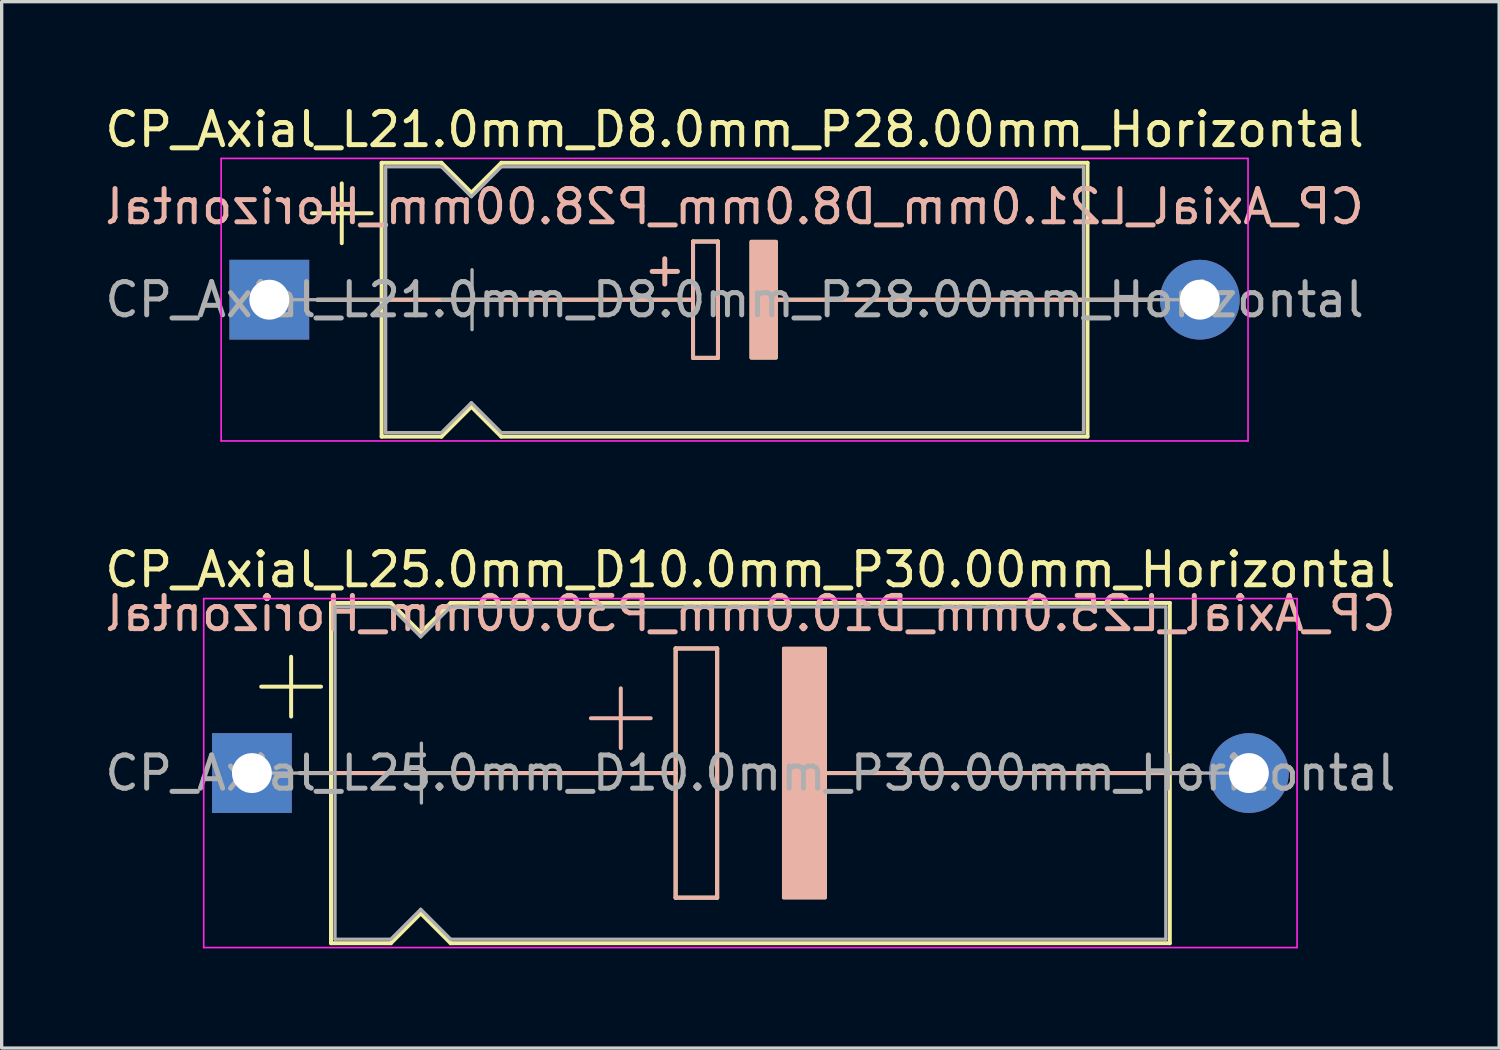
<source format=kicad_pcb>
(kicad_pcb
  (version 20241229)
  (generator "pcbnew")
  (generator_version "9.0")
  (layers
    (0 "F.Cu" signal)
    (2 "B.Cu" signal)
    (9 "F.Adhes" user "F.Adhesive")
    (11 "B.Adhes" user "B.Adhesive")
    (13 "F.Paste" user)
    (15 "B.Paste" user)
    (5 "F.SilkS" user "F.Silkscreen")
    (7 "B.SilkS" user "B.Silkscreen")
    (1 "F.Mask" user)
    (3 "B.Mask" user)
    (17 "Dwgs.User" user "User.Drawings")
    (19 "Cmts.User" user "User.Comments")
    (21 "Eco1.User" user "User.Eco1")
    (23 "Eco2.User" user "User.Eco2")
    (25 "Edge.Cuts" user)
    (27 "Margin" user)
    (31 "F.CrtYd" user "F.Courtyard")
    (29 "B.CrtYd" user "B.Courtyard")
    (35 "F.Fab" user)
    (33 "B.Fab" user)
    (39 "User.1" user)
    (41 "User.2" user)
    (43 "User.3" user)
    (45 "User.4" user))
  (footprint "CP_Axial_L25.0mm_D10.0mm_P30.00mm_Horizontal"
    (layer "F.Cu")
    (at 4.53 20.212)
    (property "Reference" "CP_Axial_L25.0mm_D10.0mm_P30.00mm_Horizontal" (at 15 -6.12 0) (layer "F.SilkS") (effects (font (size 1 1) (thickness 0.15))))
    (fp_line (start 0.28 -2.6) (end 2.08 -2.6) (stroke (width 0.12) (type solid)) (layer "F.SilkS"))
    (fp_line (start 1.18 -3.5) (end 1.18 -1.7) (stroke (width 0.12) (type solid)) (layer "F.SilkS"))
    (fp_line (start 1.44 0) (end 2.38 0) (stroke (width 0.12) (type solid)) (layer "F.SilkS"))
    (fp_line (start 2.38 -5.12) (end 2.38 5.12) (stroke (width 0.12) (type solid)) (layer "F.SilkS"))
    (fp_line (start 2.38 -5.12) (end 4.18 -5.12) (stroke (width 0.12) (type solid)) (layer "F.SilkS"))
    (fp_line (start 2.38 0) (end 12.75 0) (stroke (width 0.12) (type solid)) (layer "F.SilkS"))
    (fp_line (start 2.38 5.12) (end 4.18 5.12) (stroke (width 0.12) (type solid)) (layer "F.SilkS"))
    (fp_line (start 4.18 -5.12) (end 5.08 -4.22) (stroke (width 0.12) (type solid)) (layer "F.SilkS"))
    (fp_line (start 4.18 5.12) (end 5.08 4.22) (stroke (width 0.12) (type solid)) (layer "F.SilkS"))
    (fp_line (start 5.08 -4.22) (end 5.98 -5.12) (stroke (width 0.12) (type solid)) (layer "F.SilkS"))
    (fp_line (start 5.08 4.22) (end 5.98 5.12) (stroke (width 0.12) (type solid)) (layer "F.SilkS"))
    (fp_line (start 5.98 -5.12) (end 27.62 -5.12) (stroke (width 0.12) (type solid)) (layer "F.SilkS"))
    (fp_line (start 5.98 5.12) (end 27.62 5.12) (stroke (width 0.12) (type solid)) (layer "F.SilkS"))
    (fp_line (start 12.75 -3.75) (end 14 -3.75) (stroke (width 0.12) (type solid)) (layer "F.SilkS"))
    (fp_line (start 12.75 0) (end 12.75 -3.75) (stroke (width 0.12) (type solid)) (layer "F.SilkS"))
    (fp_line (start 12.75 3.75) (end 12.75 0) (stroke (width 0.12) (type solid)) (layer "F.SilkS"))
    (fp_line (start 14 -3.75) (end 14 3.75) (stroke (width 0.12) (type solid)) (layer "F.SilkS"))
    (fp_line (start 14 3.75) (end 12.75 3.75) (stroke (width 0.12) (type solid)) (layer "F.SilkS"))
    (fp_line (start 17.25 0) (end 27.62 0) (stroke (width 0.12) (type solid)) (layer "F.SilkS"))
    (fp_line (start 27.62 -5.12) (end 27.62 5.12) (stroke (width 0.12) (type solid)) (layer "F.SilkS"))
    (fp_line (start 28.56 0) (end 27.62 0) (stroke (width 0.12) (type solid)) (layer "F.SilkS"))
    (fp_poly (pts (xy 17.25 3.75) (xy 16 3.75) (xy 16 -3.75) (xy 17.25 -3.75)) (stroke (width 0.1) (type solid)) (fill yes) (layer "F.SilkS"))
    (fp_line (start 1.45 0) (end 5.88 0) (stroke (width 0.12) (type solid)) (layer "B.SilkS"))
    (fp_line (start 5.88 0) (end 12.75 0) (stroke (width 0.12) (type solid)) (layer "B.SilkS"))
    (fp_line (start 11.1 -2.55) (end 11.1 -0.75) (stroke (width 0.12) (type solid)) (layer "B.SilkS"))
    (fp_line (start 12 -1.65) (end 10.2 -1.65) (stroke (width 0.12) (type solid)) (layer "B.SilkS"))
    (fp_line (start 12.75 -3.75) (end 14 -3.75) (stroke (width 0.12) (type solid)) (layer "B.SilkS"))
    (fp_line (start 12.75 0) (end 12.75 -3.75) (stroke (width 0.12) (type solid)) (layer "B.SilkS"))
    (fp_line (start 12.75 3.75) (end 12.75 0) (stroke (width 0.12) (type solid)) (layer "B.SilkS"))
    (fp_line (start 14 -3.75) (end 14 3.75) (stroke (width 0.12) (type solid)) (layer "B.SilkS"))
    (fp_line (start 14 3.75) (end 12.75 3.75) (stroke (width 0.12) (type solid)) (layer "B.SilkS"))
    (fp_line (start 17.25 0) (end 24.12 0) (stroke (width 0.12) (type solid)) (layer "B.SilkS"))
    (fp_line (start 28.55 0) (end 24.12 0) (stroke (width 0.12) (type solid)) (layer "B.SilkS"))
    (fp_poly (pts (xy 17.25 3.75) (xy 16 3.75) (xy 16 -3.75) (xy 17.25 -3.75)) (stroke (width 0.1) (type solid)) (fill yes) (layer "B.SilkS"))
    (fp_line (start -1.45 -5.25) (end -1.45 5.25) (stroke (width 0.05) (type solid)) (layer "F.CrtYd"))
    (fp_line (start -1.45 5.25) (end 31.45 5.25) (stroke (width 0.05) (type solid)) (layer "F.CrtYd"))
    (fp_line (start 31.45 -5.25) (end -1.45 -5.25) (stroke (width 0.05) (type solid)) (layer "F.CrtYd"))
    (fp_line (start 31.45 5.25) (end 31.45 -5.25) (stroke (width 0.05) (type solid)) (layer "F.CrtYd"))
    (fp_line (start 0 0) (end 2.5 0) (stroke (width 0.1) (type solid)) (layer "F.Fab"))
    (fp_line (start 2.5 -5) (end 2.5 5) (stroke (width 0.1) (type solid)) (layer "F.Fab"))
    (fp_line (start 2.5 -5) (end 4.18 -5) (stroke (width 0.1) (type solid)) (layer "F.Fab"))
    (fp_line (start 2.5 5) (end 4.18 5) (stroke (width 0.1) (type solid)) (layer "F.Fab"))
    (fp_line (start 4.18 -5) (end 5.08 -4.1) (stroke (width 0.1) (type solid)) (layer "F.Fab"))
    (fp_line (start 4.18 5) (end 5.08 4.1) (stroke (width 0.1) (type solid)) (layer "F.Fab"))
    (fp_line (start 4.2 0) (end 6 0) (stroke (width 0.1) (type solid)) (layer "F.Fab"))
    (fp_line (start 5.08 -4.1) (end 5.98 -5) (stroke (width 0.1) (type solid)) (layer "F.Fab"))
    (fp_line (start 5.08 4.1) (end 5.98 5) (stroke (width 0.1) (type solid)) (layer "F.Fab"))
    (fp_line (start 5.1 -0.9) (end 5.1 0.9) (stroke (width 0.1) (type solid)) (layer "F.Fab"))
    (fp_line (start 5.98 -5) (end 27.5 -5) (stroke (width 0.1) (type solid)) (layer "F.Fab"))
    (fp_line (start 5.98 5) (end 27.5 5) (stroke (width 0.1) (type solid)) (layer "F.Fab"))
    (fp_line (start 27.5 -5) (end 27.5 5) (stroke (width 0.1) (type solid)) (layer "F.Fab"))
    (fp_line (start 30 0) (end 27.5 0) (stroke (width 0.1) (type solid)) (layer "F.Fab"))
    (fp_text user "${REFERENCE}" (at 15 -4.8 0) (layer "B.SilkS") (effects (font (size 1 1) (thickness 0.15)) (justify mirror)))
    (fp_text user "${REFERENCE}" (at 15 0 0) (layer "F.Fab") (effects (font (size 1 1) (thickness 0.15))))
    (pad "1" thru_hole rect (at 0 0) (size 2.4 2.4) (drill 1.2) (layers "*.Cu" "*.Mask"))
    (pad "2" thru_hole oval (at 30 0) (size 2.4 2.4) (drill 1.2) (layers "*.Cu" "*.Mask")))
  (footprint "CP_Axial_L21.0mm_D8.0mm_P28.00mm_Horizontal"
    (layer "F.Cu")
    (at 5.054 5.968)
    (property "Reference" "CP_Axial_L21.0mm_D8.0mm_P28.00mm_Horizontal" (at 14 -5.12 0) (layer "F.SilkS") (effects (font (size 1 1) (thickness 0.15))))
    (fp_line (start 1.28 -2.6) (end 3.08 -2.6) (stroke (width 0.12) (type solid)) (layer "F.SilkS"))
    (fp_line (start 1.44 0) (end 3.38 0) (stroke (width 0.12) (type solid)) (layer "F.SilkS"))
    (fp_line (start 2.18 -3.5) (end 2.18 -1.7) (stroke (width 0.12) (type solid)) (layer "F.SilkS"))
    (fp_line (start 3.365 0) (end 12.75 0) (stroke (width 0.12) (type solid)) (layer "F.SilkS"))
    (fp_line (start 3.38 -4.12) (end 3.38 4.12) (stroke (width 0.12) (type solid)) (layer "F.SilkS"))
    (fp_line (start 3.38 -4.12) (end 5.18 -4.12) (stroke (width 0.12) (type solid)) (layer "F.SilkS"))
    (fp_line (start 3.38 4.12) (end 5.18 4.12) (stroke (width 0.12) (type solid)) (layer "F.SilkS"))
    (fp_line (start 5.18 -4.12) (end 6.08 -3.22) (stroke (width 0.12) (type solid)) (layer "F.SilkS"))
    (fp_line (start 5.18 4.12) (end 6.08 3.22) (stroke (width 0.12) (type solid)) (layer "F.SilkS"))
    (fp_line (start 6.08 -3.22) (end 6.98 -4.12) (stroke (width 0.12) (type solid)) (layer "F.SilkS"))
    (fp_line (start 6.08 3.22) (end 6.98 4.12) (stroke (width 0.12) (type solid)) (layer "F.SilkS"))
    (fp_line (start 6.98 -4.12) (end 24.62 -4.12) (stroke (width 0.12) (type solid)) (layer "F.SilkS"))
    (fp_line (start 6.98 4.12) (end 24.62 4.12) (stroke (width 0.12) (type solid)) (layer "F.SilkS"))
    (fp_line (start 12.75 -1.75) (end 12.75 1.75) (stroke (width 0.12) (type solid)) (layer "F.SilkS"))
    (fp_line (start 12.75 -1.75) (end 13.5 -1.75) (stroke (width 0.12) (type solid)) (layer "F.SilkS"))
    (fp_line (start 13.5 -1.75) (end 13.5 1.75) (stroke (width 0.12) (type solid)) (layer "F.SilkS"))
    (fp_line (start 13.5 1.75) (end 12.75 1.75) (stroke (width 0.12) (type solid)) (layer "F.SilkS"))
    (fp_line (start 15.25 0) (end 24.638 0) (stroke (width 0.12) (type solid)) (layer "F.SilkS"))
    (fp_line (start 24.62 -4.12) (end 24.62 4.12) (stroke (width 0.12) (type solid)) (layer "F.SilkS"))
    (fp_line (start 26.56 0) (end 24.62 0) (stroke (width 0.12) (type solid)) (layer "F.SilkS"))
    (fp_poly (pts (xy 15.25 1.75) (xy 14.5 1.75) (xy 14.5 -1.75) (xy 15.25 -1.75)) (stroke (width 0.1) (type solid)) (fill yes) (layer "F.SilkS"))
    (fp_line (start 1.45 0) (end 8.88 0) (stroke (width 0.12) (type solid)) (layer "B.SilkS"))
    (fp_line (start 8.88 0) (end 12.75 0) (stroke (width 0.12) (type solid)) (layer "B.SilkS"))
    (fp_line (start 12.75 -1.75) (end 12.75 1.75) (stroke (width 0.12) (type solid)) (layer "B.SilkS"))
    (fp_line (start 12.75 -1.75) (end 13.5 -1.75) (stroke (width 0.12) (type solid)) (layer "B.SilkS"))
    (fp_line (start 13.5 -1.75) (end 13.5 1.75) (stroke (width 0.12) (type solid)) (layer "B.SilkS"))
    (fp_line (start 13.5 1.75) (end 12.75 1.75) (stroke (width 0.12) (type solid)) (layer "B.SilkS"))
    (fp_line (start 15.25 0) (end 19.12 0) (stroke (width 0.12) (type solid)) (layer "B.SilkS"))
    (fp_line (start 26.55 0) (end 19.12 0) (stroke (width 0.12) (type solid)) (layer "B.SilkS"))
    (fp_poly (pts (xy 15.25 1.75) (xy 14.5 1.75) (xy 14.5 -1.75) (xy 15.25 -1.75)) (stroke (width 0.1) (type solid)) (fill yes) (layer "B.SilkS"))
    (fp_line (start -1.45 -4.25) (end -1.45 4.25) (stroke (width 0.05) (type solid)) (layer "F.CrtYd"))
    (fp_line (start -1.45 4.25) (end 29.45 4.25) (stroke (width 0.05) (type solid)) (layer "F.CrtYd"))
    (fp_line (start 29.45 -4.25) (end -1.45 -4.25) (stroke (width 0.05) (type solid)) (layer "F.CrtYd"))
    (fp_line (start 29.45 4.25) (end 29.45 -4.25) (stroke (width 0.05) (type solid)) (layer "F.CrtYd"))
    (fp_line (start 0 0) (end 3.5 0) (stroke (width 0.1) (type solid)) (layer "F.Fab"))
    (fp_line (start 3.5 -4) (end 3.5 4) (stroke (width 0.1) (type solid)) (layer "F.Fab"))
    (fp_line (start 3.5 -4) (end 5.18 -4) (stroke (width 0.1) (type solid)) (layer "F.Fab"))
    (fp_line (start 3.5 4) (end 5.18 4) (stroke (width 0.1) (type solid)) (layer "F.Fab"))
    (fp_line (start 5.18 -4) (end 6.08 -3.1) (stroke (width 0.1) (type solid)) (layer "F.Fab"))
    (fp_line (start 5.18 4) (end 6.08 3.1) (stroke (width 0.1) (type solid)) (layer "F.Fab"))
    (fp_line (start 5.2 0) (end 7 0) (stroke (width 0.1) (type solid)) (layer "F.Fab"))
    (fp_line (start 6.08 -3.1) (end 6.98 -4) (stroke (width 0.1) (type solid)) (layer "F.Fab"))
    (fp_line (start 6.08 3.1) (end 6.98 4) (stroke (width 0.1) (type solid)) (layer "F.Fab"))
    (fp_line (start 6.1 -0.9) (end 6.1 0.9) (stroke (width 0.1) (type solid)) (layer "F.Fab"))
    (fp_line (start 6.98 -4) (end 24.5 -4) (stroke (width 0.1) (type solid)) (layer "F.Fab"))
    (fp_line (start 6.98 4) (end 24.5 4) (stroke (width 0.1) (type solid)) (layer "F.Fab"))
    (fp_line (start 24.5 -4) (end 24.5 4) (stroke (width 0.1) (type solid)) (layer "F.Fab"))
    (fp_line (start 28 0) (end 24.5 0) (stroke (width 0.1) (type solid)) (layer "F.Fab"))
    (fp_text user "+" (at 11.9 -0.925 0) (unlocked yes) (layer "B.SilkS") (effects (font (size 1 1) (thickness 0.15)) (justify mirror)))
    (fp_text user "${REFERENCE}" (at 14 -2.8 0) (layer "B.SilkS") (effects (font (size 1 1) (thickness 0.15)) (justify mirror)))
    (fp_text user "${REFERENCE}" (at 14 0 0) (layer "F.Fab") (effects (font (size 1 1) (thickness 0.15))))
    (pad "1" thru_hole rect (at 0 0) (size 2.4 2.4) (drill 1.2) (layers "*.Cu" "*.Mask"))
    (pad "2" thru_hole oval (at 28 0) (size 2.4 2.4) (drill 1.2) (layers "*.Cu" "*.Mask")))
  (gr_rect
    (start -3 -3)
    (end 42.06 28.486)
    (stroke (width 0.1) (type default))
    (fill no)
    (layer "Edge.Cuts")))
</source>
